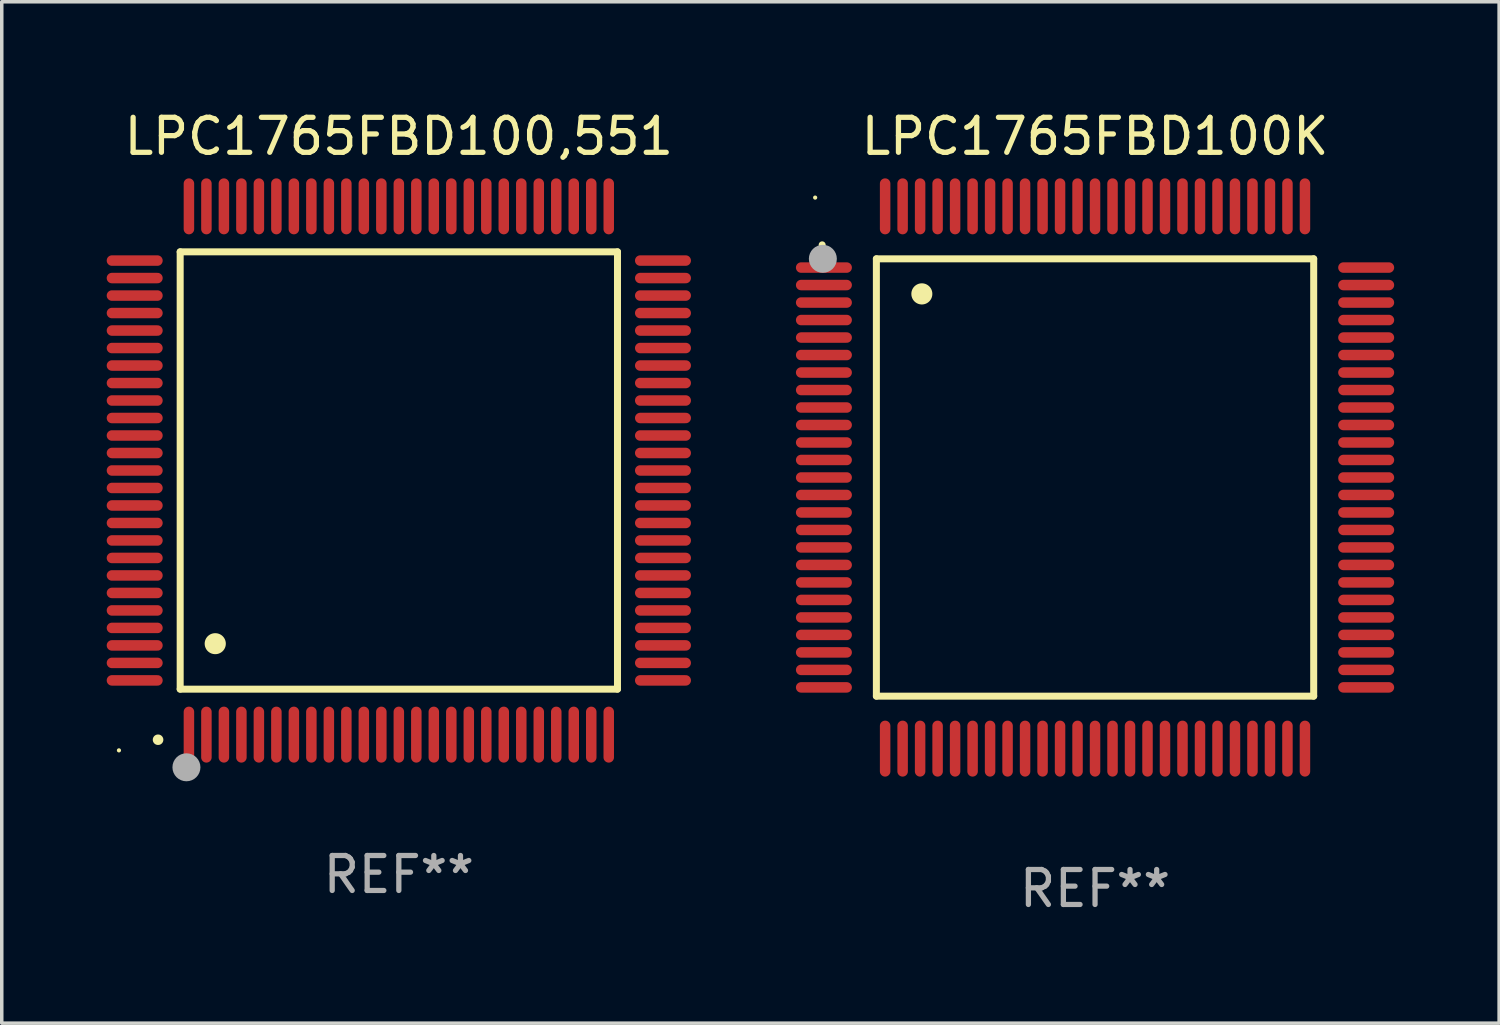
<source format=kicad_pcb>
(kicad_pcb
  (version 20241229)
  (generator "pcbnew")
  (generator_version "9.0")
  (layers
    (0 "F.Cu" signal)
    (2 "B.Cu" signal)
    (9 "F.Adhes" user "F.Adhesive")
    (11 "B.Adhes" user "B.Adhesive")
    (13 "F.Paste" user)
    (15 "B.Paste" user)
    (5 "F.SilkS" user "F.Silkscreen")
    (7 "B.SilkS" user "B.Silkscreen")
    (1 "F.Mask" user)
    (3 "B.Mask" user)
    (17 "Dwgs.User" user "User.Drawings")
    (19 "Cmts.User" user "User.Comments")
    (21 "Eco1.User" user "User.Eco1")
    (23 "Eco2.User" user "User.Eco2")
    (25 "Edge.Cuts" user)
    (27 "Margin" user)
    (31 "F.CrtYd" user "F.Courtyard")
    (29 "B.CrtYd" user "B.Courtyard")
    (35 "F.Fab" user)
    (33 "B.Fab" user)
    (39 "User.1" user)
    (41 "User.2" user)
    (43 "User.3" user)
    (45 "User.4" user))
  (footprint "LPC1765FBD100,551"
    (layer "F.Cu")
    (at 8.35 10.398)
    (property "Reference" "LPC1765FBD100,551" (at 0 -9.55 0) (layer "F.SilkS") (effects (font (size 1 1) (thickness 0.15))))
    (attr through_hole)
    (fp_line (start -6.25 -6.25) (end -6.25 6.25) (stroke (width 0.2) (type solid)) (layer "F.SilkS"))
    (fp_line (start -6.25 6.25) (end 6.25 6.25) (stroke (width 0.2) (type solid)) (layer "F.SilkS"))
    (fp_line (start 6.25 -6.25) (end -6.25 -6.25) (stroke (width 0.2) (type solid)) (layer "F.SilkS"))
    (fp_line (start 6.25 6.25) (end 6.25 -6.25) (stroke (width 0.2) (type solid)) (layer "F.SilkS"))
    (fp_arc (start -6.883414 7.696215) (mid -6.882144 7.69621) (end -6.880874 7.696215) (stroke (width 0.3) (type solid)) (layer "F.SilkS"))
    (fp_arc (start -5.250191 4.95047) (mid -5.247651 4.950459) (end -5.245111 4.95047) (stroke (width 0.6) (type solid)) (layer "F.SilkS"))
    (fp_circle (center -8 8) (end -7.97 8) (stroke (width 0.06) (type solid)) (fill no) (layer "F.SilkS"))
    (fp_circle (center -6.071 8.484) (end -5.871 8.484) (stroke (width 0.4) (type solid)) (fill no) (layer "F.Fab"))
    (fp_text user "REF**" (at 0 11.55 0) (layer "F.Fab") (effects (font (size 1 1) (thickness 0.15))))
    (pad "1" smd oval (at -6 7.55) (size 0.3 1.6) (layers "F.Cu" "F.Mask" "F.Paste"))
    (pad "2" smd oval (at -5.5 7.55) (size 0.3 1.6) (layers "F.Cu" "F.Mask" "F.Paste"))
    (pad "3" smd oval (at -5 7.55) (size 0.3 1.6) (layers "F.Cu" "F.Mask" "F.Paste"))
    (pad "4" smd oval (at -4.5 7.55) (size 0.3 1.6) (layers "F.Cu" "F.Mask" "F.Paste"))
    (pad "5" smd oval (at -4 7.55) (size 0.3 1.6) (layers "F.Cu" "F.Mask" "F.Paste"))
    (pad "6" smd oval (at -3.5 7.55) (size 0.3 1.6) (layers "F.Cu" "F.Mask" "F.Paste"))
    (pad "7" smd oval (at -3 7.55) (size 0.3 1.6) (layers "F.Cu" "F.Mask" "F.Paste"))
    (pad "8" smd oval (at -2.5 7.55) (size 0.3 1.6) (layers "F.Cu" "F.Mask" "F.Paste"))
    (pad "9" smd oval (at -2 7.55) (size 0.3 1.6) (layers "F.Cu" "F.Mask" "F.Paste"))
    (pad "10" smd oval (at -1.5 7.55) (size 0.3 1.6) (layers "F.Cu" "F.Mask" "F.Paste"))
    (pad "11" smd oval (at -1 7.55) (size 0.3 1.6) (layers "F.Cu" "F.Mask" "F.Paste"))
    (pad "12" smd oval (at -0.5 7.55) (size 0.3 1.6) (layers "F.Cu" "F.Mask" "F.Paste"))
    (pad "13" smd oval (at 0 7.55) (size 0.3 1.6) (layers "F.Cu" "F.Mask" "F.Paste"))
    (pad "14" smd oval (at 0.5 7.55) (size 0.3 1.6) (layers "F.Cu" "F.Mask" "F.Paste"))
    (pad "15" smd oval (at 1 7.55) (size 0.3 1.6) (layers "F.Cu" "F.Mask" "F.Paste"))
    (pad "16" smd oval (at 1.5 7.55) (size 0.3 1.6) (layers "F.Cu" "F.Mask" "F.Paste"))
    (pad "17" smd oval (at 2 7.55) (size 0.3 1.6) (layers "F.Cu" "F.Mask" "F.Paste"))
    (pad "18" smd oval (at 2.5 7.55) (size 0.3 1.6) (layers "F.Cu" "F.Mask" "F.Paste"))
    (pad "19" smd oval (at 3 7.55) (size 0.3 1.6) (layers "F.Cu" "F.Mask" "F.Paste"))
    (pad "20" smd oval (at 3.5 7.55) (size 0.3 1.6) (layers "F.Cu" "F.Mask" "F.Paste"))
    (pad "21" smd oval (at 4 7.55) (size 0.3 1.6) (layers "F.Cu" "F.Mask" "F.Paste"))
    (pad "22" smd oval (at 4.5 7.55) (size 0.3 1.6) (layers "F.Cu" "F.Mask" "F.Paste"))
    (pad "23" smd oval (at 5 7.55) (size 0.3 1.6) (layers "F.Cu" "F.Mask" "F.Paste"))
    (pad "24" smd oval (at 5.5 7.55) (size 0.3 1.6) (layers "F.Cu" "F.Mask" "F.Paste"))
    (pad "25" smd oval (at 6 7.55) (size 0.3 1.6) (layers "F.Cu" "F.Mask" "F.Paste"))
    (pad "26" smd oval (at 7.55 6) (size 1.6 0.3) (layers "F.Cu" "F.Mask" "F.Paste"))
    (pad "27" smd oval (at 7.55 5.5) (size 1.6 0.3) (layers "F.Cu" "F.Mask" "F.Paste"))
    (pad "28" smd oval (at 7.55 5) (size 1.6 0.3) (layers "F.Cu" "F.Mask" "F.Paste"))
    (pad "29" smd oval (at 7.55 4.5) (size 1.6 0.3) (layers "F.Cu" "F.Mask" "F.Paste"))
    (pad "30" smd oval (at 7.55 4) (size 1.6 0.3) (layers "F.Cu" "F.Mask" "F.Paste"))
    (pad "31" smd oval (at 7.55 3.5) (size 1.6 0.3) (layers "F.Cu" "F.Mask" "F.Paste"))
    (pad "32" smd oval (at 7.55 3) (size 1.6 0.3) (layers "F.Cu" "F.Mask" "F.Paste"))
    (pad "33" smd oval (at 7.55 2.5) (size 1.6 0.3) (layers "F.Cu" "F.Mask" "F.Paste"))
    (pad "34" smd oval (at 7.55 2) (size 1.6 0.3) (layers "F.Cu" "F.Mask" "F.Paste"))
    (pad "35" smd oval (at 7.55 1.5) (size 1.6 0.3) (layers "F.Cu" "F.Mask" "F.Paste"))
    (pad "36" smd oval (at 7.55 1) (size 1.6 0.3) (layers "F.Cu" "F.Mask" "F.Paste"))
    (pad "37" smd oval (at 7.55 0.5) (size 1.6 0.3) (layers "F.Cu" "F.Mask" "F.Paste"))
    (pad "38" smd oval (at 7.55 0) (size 1.6 0.3) (layers "F.Cu" "F.Mask" "F.Paste"))
    (pad "39" smd oval (at 7.55 -0.5) (size 1.6 0.3) (layers "F.Cu" "F.Mask" "F.Paste"))
    (pad "40" smd oval (at 7.55 -1) (size 1.6 0.3) (layers "F.Cu" "F.Mask" "F.Paste"))
    (pad "41" smd oval (at 7.55 -1.5) (size 1.6 0.3) (layers "F.Cu" "F.Mask" "F.Paste"))
    (pad "42" smd oval (at 7.55 -2) (size 1.6 0.3) (layers "F.Cu" "F.Mask" "F.Paste"))
    (pad "43" smd oval (at 7.55 -2.5) (size 1.6 0.3) (layers "F.Cu" "F.Mask" "F.Paste"))
    (pad "44" smd oval (at 7.55 -3) (size 1.6 0.3) (layers "F.Cu" "F.Mask" "F.Paste"))
    (pad "45" smd oval (at 7.55 -3.5) (size 1.6 0.3) (layers "F.Cu" "F.Mask" "F.Paste"))
    (pad "46" smd oval (at 7.55 -4) (size 1.6 0.3) (layers "F.Cu" "F.Mask" "F.Paste"))
    (pad "47" smd oval (at 7.55 -4.5) (size 1.6 0.3) (layers "F.Cu" "F.Mask" "F.Paste"))
    (pad "48" smd oval (at 7.55 -5) (size 1.6 0.3) (layers "F.Cu" "F.Mask" "F.Paste"))
    (pad "49" smd oval (at 7.55 -5.5) (size 1.6 0.3) (layers "F.Cu" "F.Mask" "F.Paste"))
    (pad "50" smd oval (at 7.55 -6) (size 1.6 0.3) (layers "F.Cu" "F.Mask" "F.Paste"))
    (pad "51" smd oval (at 6 -7.55) (size 0.3 1.6) (layers "F.Cu" "F.Mask" "F.Paste"))
    (pad "52" smd oval (at 5.5 -7.55) (size 0.3 1.6) (layers "F.Cu" "F.Mask" "F.Paste"))
    (pad "53" smd oval (at 5 -7.55) (size 0.3 1.6) (layers "F.Cu" "F.Mask" "F.Paste"))
    (pad "54" smd oval (at 4.5 -7.55) (size 0.3 1.6) (layers "F.Cu" "F.Mask" "F.Paste"))
    (pad "55" smd oval (at 4 -7.55) (size 0.3 1.6) (layers "F.Cu" "F.Mask" "F.Paste"))
    (pad "56" smd oval (at 3.5 -7.55) (size 0.3 1.6) (layers "F.Cu" "F.Mask" "F.Paste"))
    (pad "57" smd oval (at 3 -7.55) (size 0.3 1.6) (layers "F.Cu" "F.Mask" "F.Paste"))
    (pad "58" smd oval (at 2.5 -7.55) (size 0.3 1.6) (layers "F.Cu" "F.Mask" "F.Paste"))
    (pad "59" smd oval (at 2 -7.55) (size 0.3 1.6) (layers "F.Cu" "F.Mask" "F.Paste"))
    (pad "60" smd oval (at 1.5 -7.55) (size 0.3 1.6) (layers "F.Cu" "F.Mask" "F.Paste"))
    (pad "61" smd oval (at 1 -7.55) (size 0.3 1.6) (layers "F.Cu" "F.Mask" "F.Paste"))
    (pad "62" smd oval (at 0.5 -7.55) (size 0.3 1.6) (layers "F.Cu" "F.Mask" "F.Paste"))
    (pad "63" smd oval (at 0 -7.55) (size 0.3 1.6) (layers "F.Cu" "F.Mask" "F.Paste"))
    (pad "64" smd oval (at -0.5 -7.55) (size 0.3 1.6) (layers "F.Cu" "F.Mask" "F.Paste"))
    (pad "65" smd oval (at -1 -7.55) (size 0.3 1.6) (layers "F.Cu" "F.Mask" "F.Paste"))
    (pad "66" smd oval (at -1.5 -7.55) (size 0.3 1.6) (layers "F.Cu" "F.Mask" "F.Paste"))
    (pad "67" smd oval (at -2 -7.55) (size 0.3 1.6) (layers "F.Cu" "F.Mask" "F.Paste"))
    (pad "68" smd oval (at -2.5 -7.55) (size 0.3 1.6) (layers "F.Cu" "F.Mask" "F.Paste"))
    (pad "69" smd oval (at -3 -7.55) (size 0.3 1.6) (layers "F.Cu" "F.Mask" "F.Paste"))
    (pad "70" smd oval (at -3.5 -7.55) (size 0.3 1.6) (layers "F.Cu" "F.Mask" "F.Paste"))
    (pad "71" smd oval (at -4 -7.55) (size 0.3 1.6) (layers "F.Cu" "F.Mask" "F.Paste"))
    (pad "72" smd oval (at -4.5 -7.55) (size 0.3 1.6) (layers "F.Cu" "F.Mask" "F.Paste"))
    (pad "73" smd oval (at -5 -7.55) (size 0.3 1.6) (layers "F.Cu" "F.Mask" "F.Paste"))
    (pad "74" smd oval (at -5.5 -7.55) (size 0.3 1.6) (layers "F.Cu" "F.Mask" "F.Paste"))
    (pad "75" smd oval (at -6 -7.55) (size 0.3 1.6) (layers "F.Cu" "F.Mask" "F.Paste"))
    (pad "76" smd oval (at -7.55 -6) (size 1.6 0.3) (layers "F.Cu" "F.Mask" "F.Paste"))
    (pad "77" smd oval (at -7.55 -5.5) (size 1.6 0.3) (layers "F.Cu" "F.Mask" "F.Paste"))
    (pad "78" smd oval (at -7.55 -5) (size 1.6 0.3) (layers "F.Cu" "F.Mask" "F.Paste"))
    (pad "79" smd oval (at -7.55 -4.5) (size 1.6 0.3) (layers "F.Cu" "F.Mask" "F.Paste"))
    (pad "80" smd oval (at -7.55 -4) (size 1.6 0.3) (layers "F.Cu" "F.Mask" "F.Paste"))
    (pad "81" smd oval (at -7.55 -3.5) (size 1.6 0.3) (layers "F.Cu" "F.Mask" "F.Paste"))
    (pad "82" smd oval (at -7.55 -3) (size 1.6 0.3) (layers "F.Cu" "F.Mask" "F.Paste"))
    (pad "83" smd oval (at -7.55 -2.5) (size 1.6 0.3) (layers "F.Cu" "F.Mask" "F.Paste"))
    (pad "84" smd oval (at -7.55 -2) (size 1.6 0.3) (layers "F.Cu" "F.Mask" "F.Paste"))
    (pad "85" smd oval (at -7.55 -1.5) (size 1.6 0.3) (layers "F.Cu" "F.Mask" "F.Paste"))
    (pad "86" smd oval (at -7.55 -1) (size 1.6 0.3) (layers "F.Cu" "F.Mask" "F.Paste"))
    (pad "87" smd oval (at -7.55 -0.5) (size 1.6 0.3) (layers "F.Cu" "F.Mask" "F.Paste"))
    (pad "88" smd oval (at -7.55 0) (size 1.6 0.3) (layers "F.Cu" "F.Mask" "F.Paste"))
    (pad "89" smd oval (at -7.55 0.5) (size 1.6 0.3) (layers "F.Cu" "F.Mask" "F.Paste"))
    (pad "90" smd oval (at -7.55 1) (size 1.6 0.3) (layers "F.Cu" "F.Mask" "F.Paste"))
    (pad "91" smd oval (at -7.55 1.5) (size 1.6 0.3) (layers "F.Cu" "F.Mask" "F.Paste"))
    (pad "92" smd oval (at -7.55 2) (size 1.6 0.3) (layers "F.Cu" "F.Mask" "F.Paste"))
    (pad "93" smd oval (at -7.55 2.5) (size 1.6 0.3) (layers "F.Cu" "F.Mask" "F.Paste"))
    (pad "94" smd oval (at -7.55 3) (size 1.6 0.3) (layers "F.Cu" "F.Mask" "F.Paste"))
    (pad "95" smd oval (at -7.55 3.5) (size 1.6 0.3) (layers "F.Cu" "F.Mask" "F.Paste"))
    (pad "96" smd oval (at -7.55 4) (size 1.6 0.3) (layers "F.Cu" "F.Mask" "F.Paste"))
    (pad "97" smd oval (at -7.55 4.5) (size 1.6 0.3) (layers "F.Cu" "F.Mask" "F.Paste"))
    (pad "98" smd oval (at -7.55 5) (size 1.6 0.3) (layers "F.Cu" "F.Mask" "F.Paste"))
    (pad "99" smd oval (at -7.55 5.5) (size 1.6 0.3) (layers "F.Cu" "F.Mask" "F.Paste"))
    (pad "100" smd oval (at -7.55 6) (size 1.6 0.3) (layers "F.Cu" "F.Mask" "F.Paste")))
  (footprint "LPC1765FBD100K"
    (layer "F.Cu")
    (at 28.25 10.598)
    (property "Reference" "LPC1765FBD100K" (at 0 -9.75 0) (layer "F.SilkS") (effects (font (size 1 1) (thickness 0.15))))
    (attr through_hole)
    (fp_line (start -6.25 -6.25) (end -6.25 6.25) (stroke (width 0.2) (type solid)) (layer "F.SilkS"))
    (fp_line (start -6.25 6.25) (end 6.25 6.25) (stroke (width 0.2) (type solid)) (layer "F.SilkS"))
    (fp_line (start 6.25 -6.25) (end -6.25 -6.25) (stroke (width 0.2) (type solid)) (layer "F.SilkS"))
    (fp_line (start 6.25 6.25) (end 6.25 -6.25) (stroke (width 0.2) (type solid)) (layer "F.SilkS"))
    (fp_arc (start -7.799568 -6.647625) (mid -7.799571 -6.648463) (end -7.799568 -6.649301) (stroke (width 0.2) (type solid)) (layer "F.SilkS"))
    (fp_arc (start -4.95047 -5.245111) (mid -4.950481 -5.247651) (end -4.95047 -5.250191) (stroke (width 0.6) (type solid)) (layer "F.SilkS"))
    (fp_circle (center -8 -8) (end -7.97 -8) (stroke (width 0.06) (type solid)) (fill no) (layer "F.SilkS"))
    (fp_circle (center -7.78 -6.25) (end -7.58 -6.25) (stroke (width 0.4) (type solid)) (fill no) (layer "F.Fab"))
    (fp_text user "REF**" (at 0 11.75 0) (layer "F.Fab") (effects (font (size 1 1) (thickness 0.15))))
    (pad "1" smd oval (at -7.75 -6 90) (size 0.3 1.6) (layers "F.Cu" "F.Mask" "F.Paste"))
    (pad "2" smd oval (at -7.75 -5.5 90) (size 0.3 1.6) (layers "F.Cu" "F.Mask" "F.Paste"))
    (pad "3" smd oval (at -7.75 -5 90) (size 0.3 1.6) (layers "F.Cu" "F.Mask" "F.Paste"))
    (pad "4" smd oval (at -7.75 -4.5 90) (size 0.3 1.6) (layers "F.Cu" "F.Mask" "F.Paste"))
    (pad "5" smd oval (at -7.75 -4 90) (size 0.3 1.6) (layers "F.Cu" "F.Mask" "F.Paste"))
    (pad "6" smd oval (at -7.75 -3.5 90) (size 0.3 1.6) (layers "F.Cu" "F.Mask" "F.Paste"))
    (pad "7" smd oval (at -7.75 -3 90) (size 0.3 1.6) (layers "F.Cu" "F.Mask" "F.Paste"))
    (pad "8" smd oval (at -7.75 -2.5 90) (size 0.3 1.6) (layers "F.Cu" "F.Mask" "F.Paste"))
    (pad "9" smd oval (at -7.75 -2 90) (size 0.3 1.6) (layers "F.Cu" "F.Mask" "F.Paste"))
    (pad "10" smd oval (at -7.75 -1.5 90) (size 0.3 1.6) (layers "F.Cu" "F.Mask" "F.Paste"))
    (pad "11" smd oval (at -7.75 -1 90) (size 0.3 1.6) (layers "F.Cu" "F.Mask" "F.Paste"))
    (pad "12" smd oval (at -7.75 -0.5 90) (size 0.3 1.6) (layers "F.Cu" "F.Mask" "F.Paste"))
    (pad "13" smd oval (at -7.75 0 90) (size 0.3 1.6) (layers "F.Cu" "F.Mask" "F.Paste"))
    (pad "14" smd oval (at -7.75 0.5 90) (size 0.3 1.6) (layers "F.Cu" "F.Mask" "F.Paste"))
    (pad "15" smd oval (at -7.75 1 90) (size 0.3 1.6) (layers "F.Cu" "F.Mask" "F.Paste"))
    (pad "16" smd oval (at -7.75 1.5 90) (size 0.3 1.6) (layers "F.Cu" "F.Mask" "F.Paste"))
    (pad "17" smd oval (at -7.75 2 90) (size 0.3 1.6) (layers "F.Cu" "F.Mask" "F.Paste"))
    (pad "18" smd oval (at -7.75 2.5 90) (size 0.3 1.6) (layers "F.Cu" "F.Mask" "F.Paste"))
    (pad "19" smd oval (at -7.75 3 90) (size 0.3 1.6) (layers "F.Cu" "F.Mask" "F.Paste"))
    (pad "20" smd oval (at -7.75 3.5 90) (size 0.3 1.6) (layers "F.Cu" "F.Mask" "F.Paste"))
    (pad "21" smd oval (at -7.75 4 90) (size 0.3 1.6) (layers "F.Cu" "F.Mask" "F.Paste"))
    (pad "22" smd oval (at -7.75 4.5 90) (size 0.3 1.6) (layers "F.Cu" "F.Mask" "F.Paste"))
    (pad "23" smd oval (at -7.75 5 90) (size 0.3 1.6) (layers "F.Cu" "F.Mask" "F.Paste"))
    (pad "24" smd oval (at -7.75 5.5 90) (size 0.3 1.6) (layers "F.Cu" "F.Mask" "F.Paste"))
    (pad "25" smd oval (at -7.75 6 90) (size 0.3 1.6) (layers "F.Cu" "F.Mask" "F.Paste"))
    (pad "26" smd oval (at -6 7.75) (size 0.3 1.6) (layers "F.Cu" "F.Mask" "F.Paste"))
    (pad "27" smd oval (at -5.5 7.75) (size 0.3 1.6) (layers "F.Cu" "F.Mask" "F.Paste"))
    (pad "28" smd oval (at -5 7.75) (size 0.3 1.6) (layers "F.Cu" "F.Mask" "F.Paste"))
    (pad "29" smd oval (at -4.5 7.75) (size 0.3 1.6) (layers "F.Cu" "F.Mask" "F.Paste"))
    (pad "30" smd oval (at -4 7.75) (size 0.3 1.6) (layers "F.Cu" "F.Mask" "F.Paste"))
    (pad "31" smd oval (at -3.5 7.75) (size 0.3 1.6) (layers "F.Cu" "F.Mask" "F.Paste"))
    (pad "32" smd oval (at -3 7.75) (size 0.3 1.6) (layers "F.Cu" "F.Mask" "F.Paste"))
    (pad "33" smd oval (at -2.5 7.75) (size 0.3 1.6) (layers "F.Cu" "F.Mask" "F.Paste"))
    (pad "34" smd oval (at -2 7.75) (size 0.3 1.6) (layers "F.Cu" "F.Mask" "F.Paste"))
    (pad "35" smd oval (at -1.5 7.75) (size 0.3 1.6) (layers "F.Cu" "F.Mask" "F.Paste"))
    (pad "36" smd oval (at -1 7.75) (size 0.3 1.6) (layers "F.Cu" "F.Mask" "F.Paste"))
    (pad "37" smd oval (at -0.5 7.75) (size 0.3 1.6) (layers "F.Cu" "F.Mask" "F.Paste"))
    (pad "38" smd oval (at 0 7.75) (size 0.3 1.6) (layers "F.Cu" "F.Mask" "F.Paste"))
    (pad "39" smd oval (at 0.5 7.75) (size 0.3 1.6) (layers "F.Cu" "F.Mask" "F.Paste"))
    (pad "40" smd oval (at 1 7.75) (size 0.3 1.6) (layers "F.Cu" "F.Mask" "F.Paste"))
    (pad "41" smd oval (at 1.5 7.75) (size 0.3 1.6) (layers "F.Cu" "F.Mask" "F.Paste"))
    (pad "42" smd oval (at 2 7.75) (size 0.3 1.6) (layers "F.Cu" "F.Mask" "F.Paste"))
    (pad "43" smd oval (at 2.5 7.75) (size 0.3 1.6) (layers "F.Cu" "F.Mask" "F.Paste"))
    (pad "44" smd oval (at 3 7.75) (size 0.3 1.6) (layers "F.Cu" "F.Mask" "F.Paste"))
    (pad "45" smd oval (at 3.5 7.75) (size 0.3 1.6) (layers "F.Cu" "F.Mask" "F.Paste"))
    (pad "46" smd oval (at 4 7.75) (size 0.3 1.6) (layers "F.Cu" "F.Mask" "F.Paste"))
    (pad "47" smd oval (at 4.5 7.75) (size 0.3 1.6) (layers "F.Cu" "F.Mask" "F.Paste"))
    (pad "48" smd oval (at 5 7.75) (size 0.3 1.6) (layers "F.Cu" "F.Mask" "F.Paste"))
    (pad "49" smd oval (at 5.5 7.75) (size 0.3 1.6) (layers "F.Cu" "F.Mask" "F.Paste"))
    (pad "50" smd oval (at 6 7.75) (size 0.3 1.6) (layers "F.Cu" "F.Mask" "F.Paste"))
    (pad "51" smd oval (at 7.75 6 90) (size 0.3 1.6) (layers "F.Cu" "F.Mask" "F.Paste"))
    (pad "52" smd oval (at 7.75 5.5 90) (size 0.3 1.6) (layers "F.Cu" "F.Mask" "F.Paste"))
    (pad "53" smd oval (at 7.75 5 90) (size 0.3 1.6) (layers "F.Cu" "F.Mask" "F.Paste"))
    (pad "54" smd oval (at 7.75 4.5 90) (size 0.3 1.6) (layers "F.Cu" "F.Mask" "F.Paste"))
    (pad "55" smd oval (at 7.75 4 90) (size 0.3 1.6) (layers "F.Cu" "F.Mask" "F.Paste"))
    (pad "56" smd oval (at 7.75 3.5 90) (size 0.3 1.6) (layers "F.Cu" "F.Mask" "F.Paste"))
    (pad "57" smd oval (at 7.75 3 90) (size 0.3 1.6) (layers "F.Cu" "F.Mask" "F.Paste"))
    (pad "58" smd oval (at 7.75 2.5 90) (size 0.3 1.6) (layers "F.Cu" "F.Mask" "F.Paste"))
    (pad "59" smd oval (at 7.75 2 90) (size 0.3 1.6) (layers "F.Cu" "F.Mask" "F.Paste"))
    (pad "60" smd oval (at 7.75 1.5 90) (size 0.3 1.6) (layers "F.Cu" "F.Mask" "F.Paste"))
    (pad "61" smd oval (at 7.75 1 90) (size 0.3 1.6) (layers "F.Cu" "F.Mask" "F.Paste"))
    (pad "62" smd oval (at 7.75 0.5 90) (size 0.3 1.6) (layers "F.Cu" "F.Mask" "F.Paste"))
    (pad "63" smd oval (at 7.75 0 90) (size 0.3 1.6) (layers "F.Cu" "F.Mask" "F.Paste"))
    (pad "64" smd oval (at 7.75 -0.5 90) (size 0.3 1.6) (layers "F.Cu" "F.Mask" "F.Paste"))
    (pad "65" smd oval (at 7.75 -1 90) (size 0.3 1.6) (layers "F.Cu" "F.Mask" "F.Paste"))
    (pad "66" smd oval (at 7.75 -1.5 90) (size 0.3 1.6) (layers "F.Cu" "F.Mask" "F.Paste"))
    (pad "67" smd oval (at 7.75 -2 90) (size 0.3 1.6) (layers "F.Cu" "F.Mask" "F.Paste"))
    (pad "68" smd oval (at 7.75 -2.5 90) (size 0.3 1.6) (layers "F.Cu" "F.Mask" "F.Paste"))
    (pad "69" smd oval (at 7.75 -3 90) (size 0.3 1.6) (layers "F.Cu" "F.Mask" "F.Paste"))
    (pad "70" smd oval (at 7.75 -3.5 90) (size 0.3 1.6) (layers "F.Cu" "F.Mask" "F.Paste"))
    (pad "71" smd oval (at 7.75 -4 90) (size 0.3 1.6) (layers "F.Cu" "F.Mask" "F.Paste"))
    (pad "72" smd oval (at 7.75 -4.5 90) (size 0.3 1.6) (layers "F.Cu" "F.Mask" "F.Paste"))
    (pad "73" smd oval (at 7.75 -5 90) (size 0.3 1.6) (layers "F.Cu" "F.Mask" "F.Paste"))
    (pad "74" smd oval (at 7.75 -5.5 90) (size 0.3 1.6) (layers "F.Cu" "F.Mask" "F.Paste"))
    (pad "75" smd oval (at 7.75 -6 90) (size 0.3 1.6) (layers "F.Cu" "F.Mask" "F.Paste"))
    (pad "76" smd oval (at 6 -7.75) (size 0.3 1.6) (layers "F.Cu" "F.Mask" "F.Paste"))
    (pad "77" smd oval (at 5.5 -7.75) (size 0.3 1.6) (layers "F.Cu" "F.Mask" "F.Paste"))
    (pad "78" smd oval (at 5 -7.75) (size 0.3 1.6) (layers "F.Cu" "F.Mask" "F.Paste"))
    (pad "79" smd oval (at 4.5 -7.75) (size 0.3 1.6) (layers "F.Cu" "F.Mask" "F.Paste"))
    (pad "80" smd oval (at 4 -7.75) (size 0.3 1.6) (layers "F.Cu" "F.Mask" "F.Paste"))
    (pad "81" smd oval (at 3.5 -7.75) (size 0.3 1.6) (layers "F.Cu" "F.Mask" "F.Paste"))
    (pad "82" smd oval (at 3 -7.75) (size 0.3 1.6) (layers "F.Cu" "F.Mask" "F.Paste"))
    (pad "83" smd oval (at 2.5 -7.75) (size 0.3 1.6) (layers "F.Cu" "F.Mask" "F.Paste"))
    (pad "84" smd oval (at 2 -7.75) (size 0.3 1.6) (layers "F.Cu" "F.Mask" "F.Paste"))
    (pad "85" smd oval (at 1.5 -7.75) (size 0.3 1.6) (layers "F.Cu" "F.Mask" "F.Paste"))
    (pad "86" smd oval (at 1 -7.75) (size 0.3 1.6) (layers "F.Cu" "F.Mask" "F.Paste"))
    (pad "87" smd oval (at 0.5 -7.75) (size 0.3 1.6) (layers "F.Cu" "F.Mask" "F.Paste"))
    (pad "88" smd oval (at 0 -7.75) (size 0.3 1.6) (layers "F.Cu" "F.Mask" "F.Paste"))
    (pad "89" smd oval (at -0.5 -7.75) (size 0.3 1.6) (layers "F.Cu" "F.Mask" "F.Paste"))
    (pad "90" smd oval (at -1 -7.75) (size 0.3 1.6) (layers "F.Cu" "F.Mask" "F.Paste"))
    (pad "91" smd oval (at -1.5 -7.75) (size 0.3 1.6) (layers "F.Cu" "F.Mask" "F.Paste"))
    (pad "92" smd oval (at -2 -7.75) (size 0.3 1.6) (layers "F.Cu" "F.Mask" "F.Paste"))
    (pad "93" smd oval (at -2.5 -7.75) (size 0.3 1.6) (layers "F.Cu" "F.Mask" "F.Paste"))
    (pad "94" smd oval (at -3 -7.75) (size 0.3 1.6) (layers "F.Cu" "F.Mask" "F.Paste"))
    (pad "95" smd oval (at -3.5 -7.75) (size 0.3 1.6) (layers "F.Cu" "F.Mask" "F.Paste"))
    (pad "96" smd oval (at -4 -7.75) (size 0.3 1.6) (layers "F.Cu" "F.Mask" "F.Paste"))
    (pad "97" smd oval (at -4.5 -7.75) (size 0.3 1.6) (layers "F.Cu" "F.Mask" "F.Paste"))
    (pad "98" smd oval (at -5 -7.75) (size 0.3 1.6) (layers "F.Cu" "F.Mask" "F.Paste"))
    (pad "99" smd oval (at -5.5 -7.75) (size 0.3 1.6) (layers "F.Cu" "F.Mask" "F.Paste"))
    (pad "100" smd oval (at -6 -7.75) (size 0.3 1.6) (layers "F.Cu" "F.Mask" "F.Paste")))
  (gr_rect
    (start -3 -3)
    (end 39.8 26.196)
    (stroke (width 0.1) (type default))
    (fill no)
    (layer "Edge.Cuts")))
</source>
